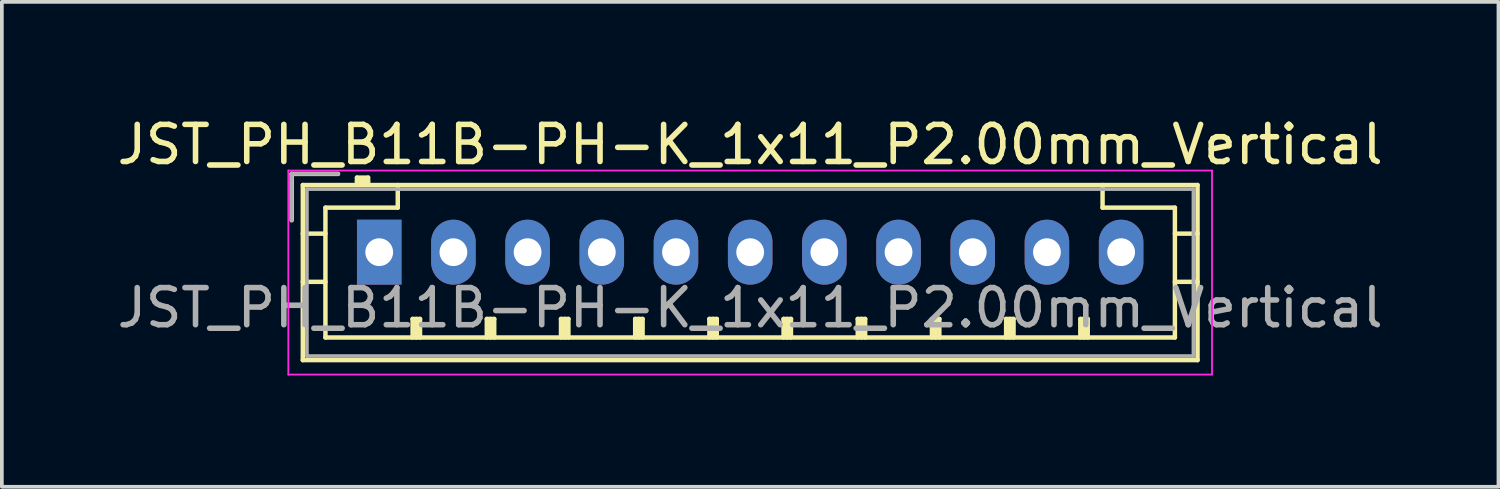
<source format=kicad_pcb>
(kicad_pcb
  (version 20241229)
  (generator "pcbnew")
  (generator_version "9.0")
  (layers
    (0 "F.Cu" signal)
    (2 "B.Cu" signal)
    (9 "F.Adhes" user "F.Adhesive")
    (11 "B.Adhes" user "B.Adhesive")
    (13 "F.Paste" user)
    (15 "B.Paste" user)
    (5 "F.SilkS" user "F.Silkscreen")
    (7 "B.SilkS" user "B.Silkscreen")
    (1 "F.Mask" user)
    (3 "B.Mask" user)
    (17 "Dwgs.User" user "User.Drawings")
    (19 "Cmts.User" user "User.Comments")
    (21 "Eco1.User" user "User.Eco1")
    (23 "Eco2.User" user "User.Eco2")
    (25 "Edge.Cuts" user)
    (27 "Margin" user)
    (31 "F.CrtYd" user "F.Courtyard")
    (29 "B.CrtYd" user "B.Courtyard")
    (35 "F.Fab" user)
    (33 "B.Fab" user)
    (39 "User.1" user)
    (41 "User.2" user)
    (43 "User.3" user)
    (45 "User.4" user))
  (footprint "JST_PH_B11B-PH-K_1x11_P2.00mm_Vertical"
    (layer "F.Cu")
    (at 7.173 3.748)
    (property "Reference" "JST_PH_B11B-PH-K_1x11_P2.00mm_Vertical" (at 10 -2.9 0) (layer "F.SilkS") (effects (font (size 1 1) (thickness 0.15))))
    (attr through_hole)
    (fp_line (start -2.36 -2.11) (end -2.36 -0.86) (stroke (width 0.12) (type solid)) (layer "F.SilkS"))
    (fp_line (start -2.06 -1.81) (end -2.06 2.91) (stroke (width 0.12) (type solid)) (layer "F.SilkS"))
    (fp_line (start -2.06 -0.5) (end -1.45 -0.5) (stroke (width 0.12) (type solid)) (layer "F.SilkS"))
    (fp_line (start -2.06 0.8) (end -1.45 0.8) (stroke (width 0.12) (type solid)) (layer "F.SilkS"))
    (fp_line (start -2.06 2.91) (end 22.06 2.91) (stroke (width 0.12) (type solid)) (layer "F.SilkS"))
    (fp_line (start -1.45 -1.2) (end -1.45 2.3) (stroke (width 0.12) (type solid)) (layer "F.SilkS"))
    (fp_line (start -1.45 2.3) (end 21.45 2.3) (stroke (width 0.12) (type solid)) (layer "F.SilkS"))
    (fp_line (start -1.11 -2.11) (end -2.36 -2.11) (stroke (width 0.12) (type solid)) (layer "F.SilkS"))
    (fp_line (start -0.6 -2.01) (end -0.6 -1.81) (stroke (width 0.12) (type solid)) (layer "F.SilkS"))
    (fp_line (start -0.3 -2.01) (end -0.6 -2.01) (stroke (width 0.12) (type solid)) (layer "F.SilkS"))
    (fp_line (start -0.3 -1.91) (end -0.6 -1.91) (stroke (width 0.12) (type solid)) (layer "F.SilkS"))
    (fp_line (start -0.3 -1.81) (end -0.3 -2.01) (stroke (width 0.12) (type solid)) (layer "F.SilkS"))
    (fp_line (start 0.5 -1.81) (end 0.5 -1.2) (stroke (width 0.12) (type solid)) (layer "F.SilkS"))
    (fp_line (start 0.5 -1.2) (end -1.45 -1.2) (stroke (width 0.12) (type solid)) (layer "F.SilkS"))
    (fp_line (start 0.9 1.8) (end 1.1 1.8) (stroke (width 0.12) (type solid)) (layer "F.SilkS"))
    (fp_line (start 0.9 2.3) (end 0.9 1.8) (stroke (width 0.12) (type solid)) (layer "F.SilkS"))
    (fp_line (start 1 2.3) (end 1 1.8) (stroke (width 0.12) (type solid)) (layer "F.SilkS"))
    (fp_line (start 1.1 1.8) (end 1.1 2.3) (stroke (width 0.12) (type solid)) (layer "F.SilkS"))
    (fp_line (start 2.9 1.8) (end 3.1 1.8) (stroke (width 0.12) (type solid)) (layer "F.SilkS"))
    (fp_line (start 2.9 2.3) (end 2.9 1.8) (stroke (width 0.12) (type solid)) (layer "F.SilkS"))
    (fp_line (start 3 2.3) (end 3 1.8) (stroke (width 0.12) (type solid)) (layer "F.SilkS"))
    (fp_line (start 3.1 1.8) (end 3.1 2.3) (stroke (width 0.12) (type solid)) (layer "F.SilkS"))
    (fp_line (start 4.9 1.8) (end 5.1 1.8) (stroke (width 0.12) (type solid)) (layer "F.SilkS"))
    (fp_line (start 4.9 2.3) (end 4.9 1.8) (stroke (width 0.12) (type solid)) (layer "F.SilkS"))
    (fp_line (start 5 2.3) (end 5 1.8) (stroke (width 0.12) (type solid)) (layer "F.SilkS"))
    (fp_line (start 5.1 1.8) (end 5.1 2.3) (stroke (width 0.12) (type solid)) (layer "F.SilkS"))
    (fp_line (start 6.9 1.8) (end 7.1 1.8) (stroke (width 0.12) (type solid)) (layer "F.SilkS"))
    (fp_line (start 6.9 2.3) (end 6.9 1.8) (stroke (width 0.12) (type solid)) (layer "F.SilkS"))
    (fp_line (start 7 2.3) (end 7 1.8) (stroke (width 0.12) (type solid)) (layer "F.SilkS"))
    (fp_line (start 7.1 1.8) (end 7.1 2.3) (stroke (width 0.12) (type solid)) (layer "F.SilkS"))
    (fp_line (start 8.9 1.8) (end 9.1 1.8) (stroke (width 0.12) (type solid)) (layer "F.SilkS"))
    (fp_line (start 8.9 2.3) (end 8.9 1.8) (stroke (width 0.12) (type solid)) (layer "F.SilkS"))
    (fp_line (start 9 2.3) (end 9 1.8) (stroke (width 0.12) (type solid)) (layer "F.SilkS"))
    (fp_line (start 9.1 1.8) (end 9.1 2.3) (stroke (width 0.12) (type solid)) (layer "F.SilkS"))
    (fp_line (start 10.9 1.8) (end 11.1 1.8) (stroke (width 0.12) (type solid)) (layer "F.SilkS"))
    (fp_line (start 10.9 2.3) (end 10.9 1.8) (stroke (width 0.12) (type solid)) (layer "F.SilkS"))
    (fp_line (start 11 2.3) (end 11 1.8) (stroke (width 0.12) (type solid)) (layer "F.SilkS"))
    (fp_line (start 11.1 1.8) (end 11.1 2.3) (stroke (width 0.12) (type solid)) (layer "F.SilkS"))
    (fp_line (start 12.9 1.8) (end 13.1 1.8) (stroke (width 0.12) (type solid)) (layer "F.SilkS"))
    (fp_line (start 12.9 2.3) (end 12.9 1.8) (stroke (width 0.12) (type solid)) (layer "F.SilkS"))
    (fp_line (start 13 2.3) (end 13 1.8) (stroke (width 0.12) (type solid)) (layer "F.SilkS"))
    (fp_line (start 13.1 1.8) (end 13.1 2.3) (stroke (width 0.12) (type solid)) (layer "F.SilkS"))
    (fp_line (start 14.9 1.8) (end 15.1 1.8) (stroke (width 0.12) (type solid)) (layer "F.SilkS"))
    (fp_line (start 14.9 2.3) (end 14.9 1.8) (stroke (width 0.12) (type solid)) (layer "F.SilkS"))
    (fp_line (start 15 2.3) (end 15 1.8) (stroke (width 0.12) (type solid)) (layer "F.SilkS"))
    (fp_line (start 15.1 1.8) (end 15.1 2.3) (stroke (width 0.12) (type solid)) (layer "F.SilkS"))
    (fp_line (start 16.9 1.8) (end 17.1 1.8) (stroke (width 0.12) (type solid)) (layer "F.SilkS"))
    (fp_line (start 16.9 2.3) (end 16.9 1.8) (stroke (width 0.12) (type solid)) (layer "F.SilkS"))
    (fp_line (start 17 2.3) (end 17 1.8) (stroke (width 0.12) (type solid)) (layer "F.SilkS"))
    (fp_line (start 17.1 1.8) (end 17.1 2.3) (stroke (width 0.12) (type solid)) (layer "F.SilkS"))
    (fp_line (start 18.9 1.8) (end 19.1 1.8) (stroke (width 0.12) (type solid)) (layer "F.SilkS"))
    (fp_line (start 18.9 2.3) (end 18.9 1.8) (stroke (width 0.12) (type solid)) (layer "F.SilkS"))
    (fp_line (start 19 2.3) (end 19 1.8) (stroke (width 0.12) (type solid)) (layer "F.SilkS"))
    (fp_line (start 19.1 1.8) (end 19.1 2.3) (stroke (width 0.12) (type solid)) (layer "F.SilkS"))
    (fp_line (start 19.5 -1.2) (end 19.5 -1.81) (stroke (width 0.12) (type solid)) (layer "F.SilkS"))
    (fp_line (start 21.45 -1.2) (end 19.5 -1.2) (stroke (width 0.12) (type solid)) (layer "F.SilkS"))
    (fp_line (start 21.45 2.3) (end 21.45 -1.2) (stroke (width 0.12) (type solid)) (layer "F.SilkS"))
    (fp_line (start 22.06 -1.81) (end -2.06 -1.81) (stroke (width 0.12) (type solid)) (layer "F.SilkS"))
    (fp_line (start 22.06 -0.5) (end 21.45 -0.5) (stroke (width 0.12) (type solid)) (layer "F.SilkS"))
    (fp_line (start 22.06 0.8) (end 21.45 0.8) (stroke (width 0.12) (type solid)) (layer "F.SilkS"))
    (fp_line (start 22.06 2.91) (end 22.06 -1.81) (stroke (width 0.12) (type solid)) (layer "F.SilkS"))
    (fp_line (start -2.45 -2.2) (end -2.45 3.3) (stroke (width 0.05) (type solid)) (layer "F.CrtYd"))
    (fp_line (start -2.45 3.3) (end 22.45 3.3) (stroke (width 0.05) (type solid)) (layer "F.CrtYd"))
    (fp_line (start 22.45 -2.2) (end -2.45 -2.2) (stroke (width 0.05) (type solid)) (layer "F.CrtYd"))
    (fp_line (start 22.45 3.3) (end 22.45 -2.2) (stroke (width 0.05) (type solid)) (layer "F.CrtYd"))
    (fp_line (start -2.36 -2.11) (end -2.36 -0.86) (stroke (width 0.1) (type solid)) (layer "F.Fab"))
    (fp_line (start -1.95 -1.7) (end -1.95 2.8) (stroke (width 0.1) (type solid)) (layer "F.Fab"))
    (fp_line (start -1.95 2.8) (end 21.95 2.8) (stroke (width 0.1) (type solid)) (layer "F.Fab"))
    (fp_line (start -1.11 -2.11) (end -2.36 -2.11) (stroke (width 0.1) (type solid)) (layer "F.Fab"))
    (fp_line (start 21.95 -1.7) (end -1.95 -1.7) (stroke (width 0.1) (type solid)) (layer "F.Fab"))
    (fp_line (start 21.95 2.8) (end 21.95 -1.7) (stroke (width 0.1) (type solid)) (layer "F.Fab"))
    (fp_text user "${REFERENCE}" (at 10 1.5 0) (layer "F.Fab") (effects (font (size 1 1) (thickness 0.15))))
    (pad "1" thru_hole rect (at 0 0) (size 1.2 1.75) (drill 0.75) (layers "*.Cu" "*.Mask"))
    (pad "2" thru_hole oval (at 2 0) (size 1.2 1.75) (drill 0.75) (layers "*.Cu" "*.Mask"))
    (pad "3" thru_hole oval (at 4 0) (size 1.2 1.75) (drill 0.75) (layers "*.Cu" "*.Mask"))
    (pad "4" thru_hole oval (at 6 0) (size 1.2 1.75) (drill 0.75) (layers "*.Cu" "*.Mask"))
    (pad "5" thru_hole oval (at 8 0) (size 1.2 1.75) (drill 0.75) (layers "*.Cu" "*.Mask"))
    (pad "6" thru_hole oval (at 10 0) (size 1.2 1.75) (drill 0.75) (layers "*.Cu" "*.Mask"))
    (pad "7" thru_hole oval (at 12 0) (size 1.2 1.75) (drill 0.75) (layers "*.Cu" "*.Mask"))
    (pad "8" thru_hole oval (at 14 0) (size 1.2 1.75) (drill 0.75) (layers "*.Cu" "*.Mask"))
    (pad "9" thru_hole oval (at 16 0) (size 1.2 1.75) (drill 0.75) (layers "*.Cu" "*.Mask"))
    (pad "10" thru_hole oval (at 18 0) (size 1.2 1.75) (drill 0.75) (layers "*.Cu" "*.Mask"))
    (pad "11" thru_hole oval (at 20 0) (size 1.2 1.75) (drill 0.75) (layers "*.Cu" "*.Mask")))
  (gr_rect
    (start -3 -3)
    (end 37.345 10.073)
    (stroke (width 0.1) (type default))
    (fill no)
    (layer "Edge.Cuts")))
</source>
